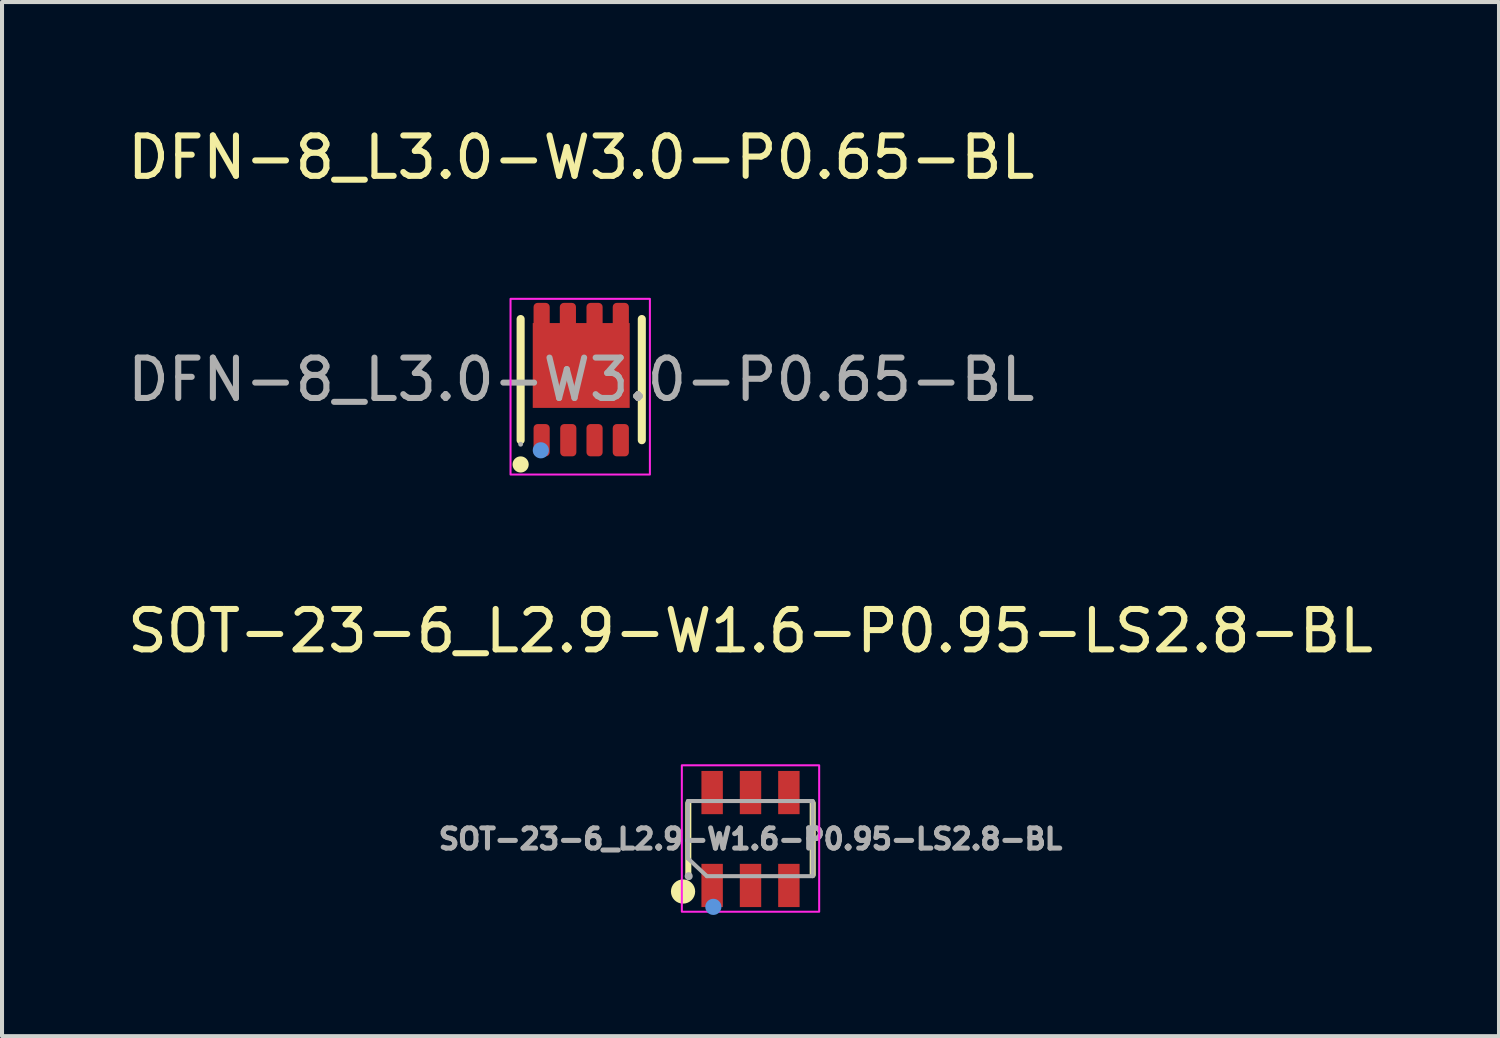
<source format=kicad_pcb>
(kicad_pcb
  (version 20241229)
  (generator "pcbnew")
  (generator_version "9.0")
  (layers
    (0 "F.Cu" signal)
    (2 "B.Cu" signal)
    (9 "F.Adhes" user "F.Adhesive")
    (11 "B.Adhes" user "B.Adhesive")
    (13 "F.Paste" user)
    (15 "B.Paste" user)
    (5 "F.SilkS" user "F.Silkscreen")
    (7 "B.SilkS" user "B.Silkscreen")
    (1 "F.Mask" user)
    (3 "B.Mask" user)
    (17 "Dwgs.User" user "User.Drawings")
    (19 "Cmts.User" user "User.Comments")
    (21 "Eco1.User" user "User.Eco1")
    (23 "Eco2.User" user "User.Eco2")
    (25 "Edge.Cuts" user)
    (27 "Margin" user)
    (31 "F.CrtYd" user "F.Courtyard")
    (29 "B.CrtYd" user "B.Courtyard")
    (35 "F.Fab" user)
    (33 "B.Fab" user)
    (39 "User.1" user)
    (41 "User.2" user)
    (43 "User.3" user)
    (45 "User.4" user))
  (footprint "SOT-23-6_L2.9-W1.6-P0.95-LS2.8-BL"
    (layer "F.Cu")
    (at 15.53 17.721)
    (property "Reference" "SOT-23-6_L2.9-W1.6-P0.95-LS2.8-BL" (at 0 -5.15 0) (layer "F.SilkS") (effects (font (size 1 1) (thickness 0.15))))
    (attr through_hole)
    (fp_line (start -1.54 0.89) (end -1.54 -0.89) (stroke (width 0.15) (type solid)) (layer "F.SilkS"))
    (fp_line (start 1.54 0.89) (end 1.54 -0.89) (stroke (width 0.15) (type solid)) (layer "F.SilkS"))
    (fp_circle (center -1.67 1.3) (end -1.52 1.3) (stroke (width 0.3) (type solid)) (fill no) (layer "F.SilkS"))
    (fp_circle (center -0.92 1.68) (end -0.82 1.68) (stroke (width 0.2) (type solid)) (fill no) (layer "Cmts.User"))
    (fp_rect (start -1.7 1.8) (end 1.7 -1.825) (stroke (width 0.05) (type solid)) (fill no) (layer "F.CrtYd"))
    (fp_line (start -1.55 -0.94) (end 1.54 -0.94) (stroke (width 0.1) (type solid)) (layer "F.Fab"))
    (fp_line (start -1.55 0.48) (end -1.55 -0.94) (stroke (width 0.1) (type solid)) (layer "F.Fab"))
    (fp_line (start -1.08 0.92) (end -1.55 0.48) (stroke (width 0.1) (type solid)) (layer "F.Fab"))
    (fp_line (start 1.54 -0.94) (end 1.54 0.92) (stroke (width 0.1) (type solid)) (layer "F.Fab"))
    (fp_line (start 1.54 0.92) (end -1.08 0.92) (stroke (width 0.1) (type solid)) (layer "F.Fab"))
    (fp_circle (center -1.53 0.92) (end -1.48 0.92) (stroke (width 0.1) (type solid)) (fill no) (layer "F.Fab"))
    (fp_text user "${REFERENCE}" (at 0 0 0) (layer "F.Fab") (effects (font (size 0.5 0.5) (thickness 0.15))))
    (pad "1" smd rect (at -0.95 1.15) (size 0.53 1.07) (layers "F.Cu" "F.Mask" "F.Paste"))
    (pad "2" smd rect (at 0 1.15) (size 0.53 1.07) (layers "F.Cu" "F.Mask" "F.Paste"))
    (pad "3" smd rect (at 0.95 1.15) (size 0.53 1.07) (layers "F.Cu" "F.Mask" "F.Paste"))
    (pad "4" smd rect (at 0.95 -1.15) (size 0.53 1.07) (layers "F.Cu" "F.Mask" "F.Paste"))
    (pad "5" smd rect (at 0 -1.15) (size 0.53 1.07) (layers "F.Cu" "F.Mask" "F.Paste"))
    (pad "6" smd rect (at -0.95 -1.15) (size 0.53 1.07) (layers "F.Cu" "F.Mask" "F.Paste")))
  (footprint "DFN-8_L3.0-W3.0-P0.65-BL"
    (layer "F.Cu")
    (at 11.339 6.348)
    (property "Reference" "DFN-8_L3.0-W3.0-P0.65-BL" (at 0 -5.5 0) (layer "F.SilkS") (effects (font (size 1 1) (thickness 0.15))))
    (attr smd)
    (fp_line (start -1.5 -1.5) (end -1.5 1.5) (stroke (width 0.2) (type solid)) (layer "F.SilkS"))
    (fp_line (start 1.5 -1.5) (end 1.5 1.5) (stroke (width 0.2) (type solid)) (layer "F.SilkS"))
    (fp_circle (center -1.5 2.1) (end -1.4 2.1) (stroke (width 0.2) (type solid)) (fill no) (layer "F.SilkS"))
    (fp_rect (start -0.89 -0.75) (end -0.21 -0.35) (stroke (width 0.12) (type solid)) (fill yes) (layer "F.Paste"))
    (fp_rect (start -0.89 0) (end -0.21 0.4) (stroke (width 0.12) (type solid)) (fill yes) (layer "F.Paste"))
    (fp_rect (start 0.235 -0.75) (end 0.915 -0.35) (stroke (width 0.12) (type solid)) (fill yes) (layer "F.Paste"))
    (fp_rect (start 0.235 0) (end 0.915 0.4) (stroke (width 0.12) (type solid)) (fill yes) (layer "F.Paste"))
    (fp_circle (center -1 1.75) (end -0.9 1.75) (stroke (width 0.2) (type solid)) (fill no) (layer "Cmts.User"))
    (fp_rect (start -1.75 -2) (end 1.7 2.35) (stroke (width 0.05) (type solid)) (fill no) (layer "F.CrtYd"))
    (fp_circle (center -1.5 1.6) (end -1.47 1.6) (stroke (width 0.06) (type solid)) (fill no) (layer "F.Fab"))
    (fp_text user "${REFERENCE}" (at 0 0 0) (layer "F.Fab") (effects (font (size 1 1) (thickness 0.15))))
    (pad "1" smd roundrect (at -0.98 1.5 180) (size 0.4 0.8) (layers "F.Cu" "F.Mask" "F.Paste") (roundrect_rratio 0.25))
    (pad "2" smd roundrect (at -0.32 1.5 180) (size 0.4 0.8) (layers "F.Cu" "F.Mask" "F.Paste") (roundrect_rratio 0.25))
    (pad "3" smd roundrect (at 0.33 1.5 180) (size 0.4 0.8) (layers "F.Cu" "F.Mask" "F.Paste") (roundrect_rratio 0.25))
    (pad "4" smd roundrect (at 0.98 1.5 180) (size 0.4 0.8) (layers "F.Cu" "F.Mask" "F.Paste") (roundrect_rratio 0.25))
    (pad "5" smd roundrect (at 0.98 -1.5 180) (size 0.4 0.8) (layers "F.Cu" "F.Mask" "F.Paste") (roundrect_rratio 0.25))
    (pad "6" smd roundrect (at 0.33 -1.5 180) (size 0.4 0.8) (layers "F.Cu" "F.Mask" "F.Paste") (roundrect_rratio 0.25))
    (pad "7" smd roundrect (at -0.33 -1.5 180) (size 0.4 0.8) (layers "F.Cu" "F.Mask" "F.Paste") (roundrect_rratio 0.25))
    (pad "8" smd roundrect (at -0.98 -1.5 180) (size 0.4 0.8) (layers "F.Cu" "F.Mask" "F.Paste") (roundrect_rratio 0.25))
    (pad "9" smd rect (at 0 -0.35) (size 2.4 2.1) (layers "F.Cu" "F.Mask")))
  (gr_rect
    (start -3 -3)
    (end 34.06 22.602)
    (stroke (width 0.1) (type default))
    (fill no)
    (layer "Edge.Cuts")))
</source>
